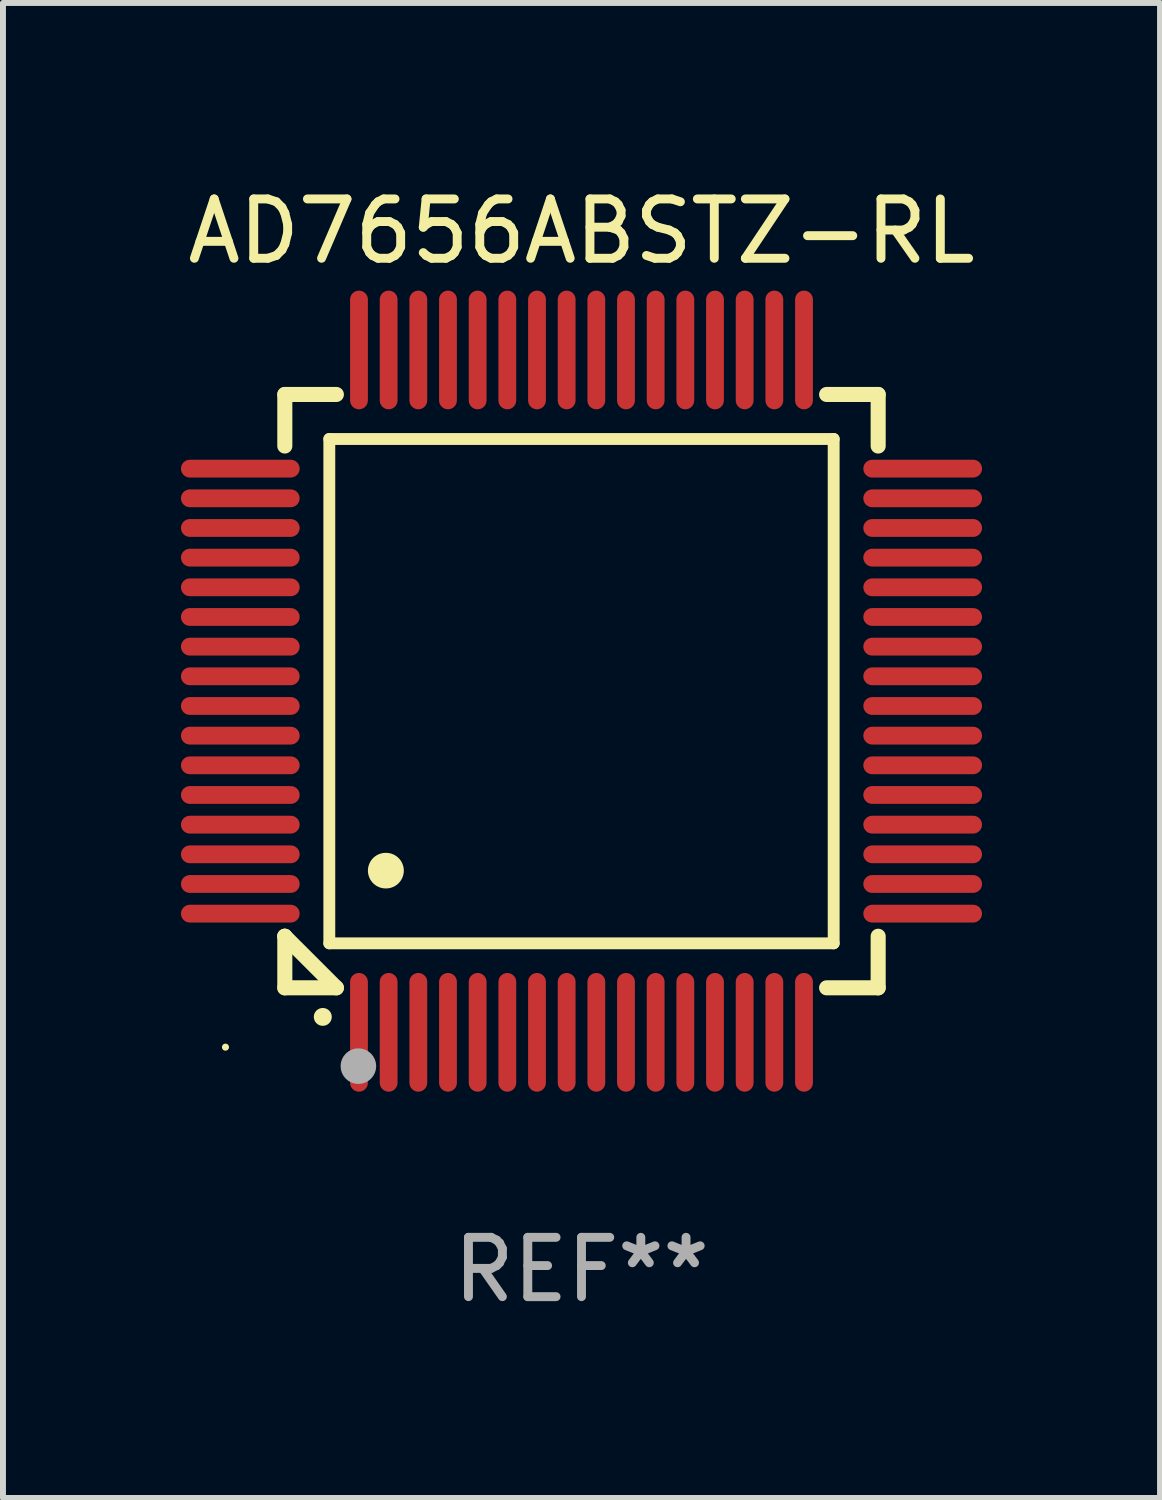
<source format=kicad_pcb>
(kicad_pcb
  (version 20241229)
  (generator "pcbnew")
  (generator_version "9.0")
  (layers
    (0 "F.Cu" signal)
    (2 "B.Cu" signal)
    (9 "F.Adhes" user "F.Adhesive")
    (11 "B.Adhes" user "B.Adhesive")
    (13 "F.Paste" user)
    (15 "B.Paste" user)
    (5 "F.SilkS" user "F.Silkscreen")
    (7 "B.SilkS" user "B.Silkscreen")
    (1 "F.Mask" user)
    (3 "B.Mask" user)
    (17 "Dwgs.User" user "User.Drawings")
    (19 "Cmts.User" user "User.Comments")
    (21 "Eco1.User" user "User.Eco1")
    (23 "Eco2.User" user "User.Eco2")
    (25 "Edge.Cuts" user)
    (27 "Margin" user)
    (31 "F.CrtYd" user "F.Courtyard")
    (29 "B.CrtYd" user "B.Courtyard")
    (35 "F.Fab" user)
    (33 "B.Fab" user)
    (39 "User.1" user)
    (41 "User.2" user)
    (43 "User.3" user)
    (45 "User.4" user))
  (footprint "AD7656ABSTZ-RL"
    (layer "F.Cu")
    (at 6.75 8.598)
    (property "Reference" "AD7656ABSTZ-RL" (at 0 -7.75 0) (layer "F.SilkS") (effects (font (size 1 1) (thickness 0.15))))
    (attr through_hole)
    (fp_line (start -5 -5) (end -4.131 -5) (stroke (width 0.254) (type solid)) (layer "F.SilkS"))
    (fp_line (start -5 -4.131) (end -5 -5) (stroke (width 0.254) (type solid)) (layer "F.SilkS"))
    (fp_line (start -5 4.131) (end -5 4.131) (stroke (width 0.254) (type solid)) (layer "F.SilkS"))
    (fp_line (start -5 5) (end -5 4.131) (stroke (width 0.254) (type solid)) (layer "F.SilkS"))
    (fp_line (start -5 4.131) (end -4.131 5) (stroke (width 0.254) (type solid)) (layer "F.SilkS"))
    (fp_line (start -4.25 -4.25) (end -4.25 4.25) (stroke (width 0.2) (type solid)) (layer "F.SilkS"))
    (fp_line (start -4.25 4.25) (end 4.25 4.25) (stroke (width 0.2) (type solid)) (layer "F.SilkS"))
    (fp_line (start -4.131 5) (end -5 5) (stroke (width 0.254) (type solid)) (layer "F.SilkS"))
    (fp_line (start 4.25 -4.25) (end -4.25 -4.25) (stroke (width 0.2) (type solid)) (layer "F.SilkS"))
    (fp_line (start 4.25 4.25) (end 4.25 -4.25) (stroke (width 0.2) (type solid)) (layer "F.SilkS"))
    (fp_line (start 5 -5) (end 4.131 -5) (stroke (width 0.254) (type solid)) (layer "F.SilkS"))
    (fp_line (start 5 -5) (end 5 -4.131) (stroke (width 0.254) (type solid)) (layer "F.SilkS"))
    (fp_line (start 5 4.131) (end 5 5) (stroke (width 0.254) (type solid)) (layer "F.SilkS"))
    (fp_line (start 5 5) (end 4.131 5) (stroke (width 0.254) (type solid)) (layer "F.SilkS"))
    (fp_arc (start -4.361265 5.489992) (mid -4.359995 5.489987) (end -4.358725 5.489992) (stroke (width 0.3) (type solid)) (layer "F.SilkS"))
    (fp_arc (start -3.299467 3.025146) (mid -3.296927 3.025135) (end -3.294387 3.025146) (stroke (width 0.6) (type solid)) (layer "F.SilkS"))
    (fp_circle (center -6 6) (end -5.97 6) (stroke (width 0.06) (type solid)) (fill no) (layer "F.SilkS"))
    (fp_circle (center -3.76 6.32) (end -3.61 6.32) (stroke (width 0.3) (type solid)) (fill no) (layer "F.Fab"))
    (fp_text user "REF**" (at 0 9.75 0) (layer "F.Fab") (effects (font (size 1 1) (thickness 0.15))))
    (pad "1" smd oval (at -3.75 5.75) (size 0.3 2) (layers "F.Cu" "F.Mask" "F.Paste"))
    (pad "2" smd oval (at -3.25 5.75) (size 0.3 2) (layers "F.Cu" "F.Mask" "F.Paste"))
    (pad "3" smd oval (at -2.75 5.75) (size 0.3 2) (layers "F.Cu" "F.Mask" "F.Paste"))
    (pad "4" smd oval (at -2.25 5.75) (size 0.3 2) (layers "F.Cu" "F.Mask" "F.Paste"))
    (pad "5" smd oval (at -1.75 5.75) (size 0.3 2) (layers "F.Cu" "F.Mask" "F.Paste"))
    (pad "6" smd oval (at -1.25 5.75) (size 0.3 2) (layers "F.Cu" "F.Mask" "F.Paste"))
    (pad "7" smd oval (at -0.75 5.75) (size 0.3 2) (layers "F.Cu" "F.Mask" "F.Paste"))
    (pad "8" smd oval (at -0.25 5.75) (size 0.3 2) (layers "F.Cu" "F.Mask" "F.Paste"))
    (pad "9" smd oval (at 0.25 5.75) (size 0.3 2) (layers "F.Cu" "F.Mask" "F.Paste"))
    (pad "10" smd oval (at 0.75 5.75) (size 0.3 2) (layers "F.Cu" "F.Mask" "F.Paste"))
    (pad "11" smd oval (at 1.25 5.75) (size 0.3 2) (layers "F.Cu" "F.Mask" "F.Paste"))
    (pad "12" smd oval (at 1.75 5.75) (size 0.3 2) (layers "F.Cu" "F.Mask" "F.Paste"))
    (pad "13" smd oval (at 2.25 5.75) (size 0.3 2) (layers "F.Cu" "F.Mask" "F.Paste"))
    (pad "14" smd oval (at 2.75 5.75) (size 0.3 2) (layers "F.Cu" "F.Mask" "F.Paste"))
    (pad "15" smd oval (at 3.25 5.75) (size 0.3 2) (layers "F.Cu" "F.Mask" "F.Paste"))
    (pad "16" smd oval (at 3.75 5.75) (size 0.3 2) (layers "F.Cu" "F.Mask" "F.Paste"))
    (pad "17" smd oval (at 5.75 3.75) (size 2 0.3) (layers "F.Cu" "F.Mask" "F.Paste"))
    (pad "18" smd oval (at 5.75 3.25) (size 2 0.3) (layers "F.Cu" "F.Mask" "F.Paste"))
    (pad "19" smd oval (at 5.75 2.75) (size 2 0.3) (layers "F.Cu" "F.Mask" "F.Paste"))
    (pad "20" smd oval (at 5.75 2.25) (size 2 0.3) (layers "F.Cu" "F.Mask" "F.Paste"))
    (pad "21" smd oval (at 5.75 1.75) (size 2 0.3) (layers "F.Cu" "F.Mask" "F.Paste"))
    (pad "22" smd oval (at 5.75 1.25) (size 2 0.3) (layers "F.Cu" "F.Mask" "F.Paste"))
    (pad "23" smd oval (at 5.75 0.75) (size 2 0.3) (layers "F.Cu" "F.Mask" "F.Paste"))
    (pad "24" smd oval (at 5.75 0.25) (size 2 0.3) (layers "F.Cu" "F.Mask" "F.Paste"))
    (pad "25" smd oval (at 5.75 -0.25) (size 2 0.3) (layers "F.Cu" "F.Mask" "F.Paste"))
    (pad "26" smd oval (at 5.75 -0.75) (size 2 0.3) (layers "F.Cu" "F.Mask" "F.Paste"))
    (pad "27" smd oval (at 5.75 -1.25) (size 2 0.3) (layers "F.Cu" "F.Mask" "F.Paste"))
    (pad "28" smd oval (at 5.75 -1.75) (size 2 0.3) (layers "F.Cu" "F.Mask" "F.Paste"))
    (pad "29" smd oval (at 5.75 -2.25) (size 2 0.3) (layers "F.Cu" "F.Mask" "F.Paste"))
    (pad "30" smd oval (at 5.75 -2.75) (size 2 0.3) (layers "F.Cu" "F.Mask" "F.Paste"))
    (pad "31" smd oval (at 5.75 -3.25) (size 2 0.3) (layers "F.Cu" "F.Mask" "F.Paste"))
    (pad "32" smd oval (at 5.75 -3.75) (size 2 0.3) (layers "F.Cu" "F.Mask" "F.Paste"))
    (pad "33" smd oval (at 3.75 -5.75) (size 0.3 2) (layers "F.Cu" "F.Mask" "F.Paste"))
    (pad "34" smd oval (at 3.25 -5.75) (size 0.3 2) (layers "F.Cu" "F.Mask" "F.Paste"))
    (pad "35" smd oval (at 2.75 -5.75) (size 0.3 2) (layers "F.Cu" "F.Mask" "F.Paste"))
    (pad "36" smd oval (at 2.25 -5.75) (size 0.3 2) (layers "F.Cu" "F.Mask" "F.Paste"))
    (pad "37" smd oval (at 1.75 -5.75) (size 0.3 2) (layers "F.Cu" "F.Mask" "F.Paste"))
    (pad "38" smd oval (at 1.25 -5.75) (size 0.3 2) (layers "F.Cu" "F.Mask" "F.Paste"))
    (pad "39" smd oval (at 0.75 -5.75) (size 0.3 2) (layers "F.Cu" "F.Mask" "F.Paste"))
    (pad "40" smd oval (at 0.25 -5.75) (size 0.3 2) (layers "F.Cu" "F.Mask" "F.Paste"))
    (pad "41" smd oval (at -0.25 -5.75) (size 0.3 2) (layers "F.Cu" "F.Mask" "F.Paste"))
    (pad "42" smd oval (at -0.75 -5.75) (size 0.3 2) (layers "F.Cu" "F.Mask" "F.Paste"))
    (pad "43" smd oval (at -1.25 -5.75) (size 0.3 2) (layers "F.Cu" "F.Mask" "F.Paste"))
    (pad "44" smd oval (at -1.75 -5.75) (size 0.3 2) (layers "F.Cu" "F.Mask" "F.Paste"))
    (pad "45" smd oval (at -2.25 -5.75) (size 0.3 2) (layers "F.Cu" "F.Mask" "F.Paste"))
    (pad "46" smd oval (at -2.75 -5.75) (size 0.3 2) (layers "F.Cu" "F.Mask" "F.Paste"))
    (pad "47" smd oval (at -3.25 -5.75) (size 0.3 2) (layers "F.Cu" "F.Mask" "F.Paste"))
    (pad "48" smd oval (at -3.75 -5.75) (size 0.3 2) (layers "F.Cu" "F.Mask" "F.Paste"))
    (pad "49" smd oval (at -5.75 -3.75) (size 2 0.3) (layers "F.Cu" "F.Mask" "F.Paste"))
    (pad "50" smd oval (at -5.75 -3.25) (size 2 0.3) (layers "F.Cu" "F.Mask" "F.Paste"))
    (pad "51" smd oval (at -5.75 -2.75) (size 2 0.3) (layers "F.Cu" "F.Mask" "F.Paste"))
    (pad "52" smd oval (at -5.75 -2.25) (size 2 0.3) (layers "F.Cu" "F.Mask" "F.Paste"))
    (pad "53" smd oval (at -5.75 -1.75) (size 2 0.3) (layers "F.Cu" "F.Mask" "F.Paste"))
    (pad "54" smd oval (at -5.75 -1.25) (size 2 0.3) (layers "F.Cu" "F.Mask" "F.Paste"))
    (pad "55" smd oval (at -5.75 -0.75) (size 2 0.3) (layers "F.Cu" "F.Mask" "F.Paste"))
    (pad "56" smd oval (at -5.75 -0.25) (size 2 0.3) (layers "F.Cu" "F.Mask" "F.Paste"))
    (pad "57" smd oval (at -5.75 0.25) (size 2 0.3) (layers "F.Cu" "F.Mask" "F.Paste"))
    (pad "58" smd oval (at -5.75 0.75) (size 2 0.3) (layers "F.Cu" "F.Mask" "F.Paste"))
    (pad "59" smd oval (at -5.75 1.25) (size 2 0.3) (layers "F.Cu" "F.Mask" "F.Paste"))
    (pad "60" smd oval (at -5.75 1.75) (size 2 0.3) (layers "F.Cu" "F.Mask" "F.Paste"))
    (pad "61" smd oval (at -5.75 2.25) (size 2 0.3) (layers "F.Cu" "F.Mask" "F.Paste"))
    (pad "62" smd oval (at -5.75 2.75) (size 2 0.3) (layers "F.Cu" "F.Mask" "F.Paste"))
    (pad "63" smd oval (at -5.75 3.25) (size 2 0.3) (layers "F.Cu" "F.Mask" "F.Paste"))
    (pad "64" smd oval (at -5.75 3.75) (size 2 0.3) (layers "F.Cu" "F.Mask" "F.Paste")))
  (gr_rect
    (start -3 -3)
    (end 16.5 22.196)
    (stroke (width 0.1) (type default))
    (fill no)
    (layer "Edge.Cuts")))
</source>
